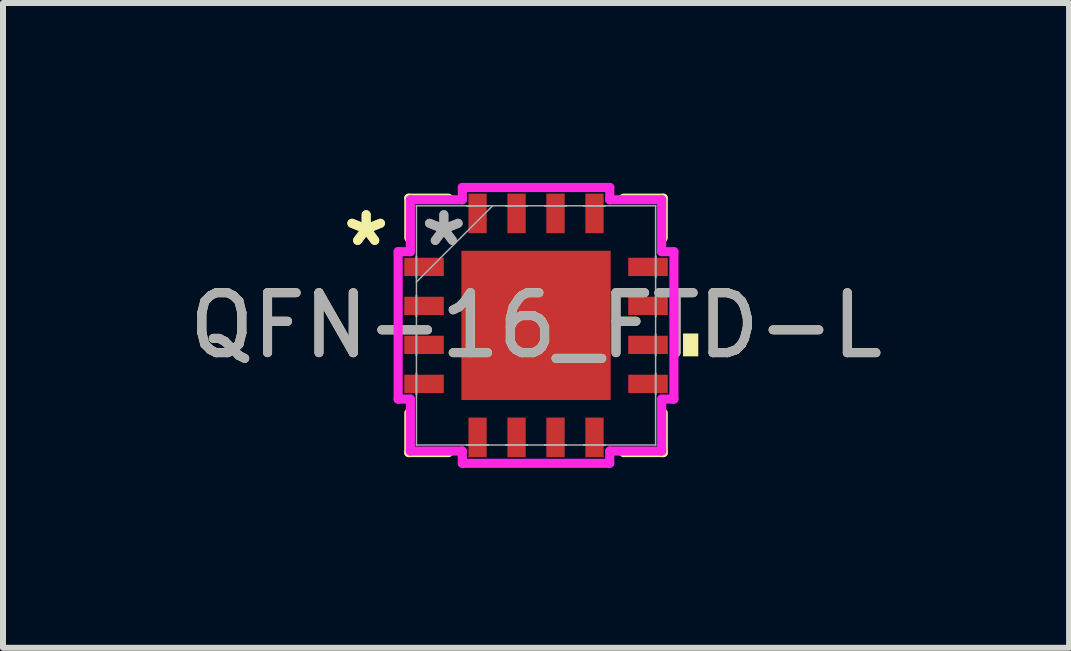
<source format=kicad_pcb>
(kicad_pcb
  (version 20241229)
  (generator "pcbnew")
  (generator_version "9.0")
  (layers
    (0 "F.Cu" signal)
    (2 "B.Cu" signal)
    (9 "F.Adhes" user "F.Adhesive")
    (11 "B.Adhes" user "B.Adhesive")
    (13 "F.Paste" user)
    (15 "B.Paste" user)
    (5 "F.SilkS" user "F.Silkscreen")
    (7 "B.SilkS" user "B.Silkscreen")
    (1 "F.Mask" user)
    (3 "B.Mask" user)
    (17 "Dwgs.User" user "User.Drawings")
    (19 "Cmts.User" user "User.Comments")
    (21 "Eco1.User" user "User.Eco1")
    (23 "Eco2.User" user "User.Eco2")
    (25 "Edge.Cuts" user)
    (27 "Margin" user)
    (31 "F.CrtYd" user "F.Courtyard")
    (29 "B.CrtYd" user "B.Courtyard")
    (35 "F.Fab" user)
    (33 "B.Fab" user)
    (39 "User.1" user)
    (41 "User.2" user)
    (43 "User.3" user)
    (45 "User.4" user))
  (footprint "QFN-16_FTD-L"
    (layer "F.Cu")
    (at 5.887 2.375)
    (property "Reference" "QFN-16_FTD-L" (at 0 0 0) (unlocked yes) (layer "F.SilkS") (effects (font (size 1 1) (thickness 0.15))))
    (attr smd)
    (fp_line (start -2.121 -2.121) (end -2.121 -1.46) (stroke (width 0.152) (type solid)) (layer "F.SilkS"))
    (fp_line (start -2.121 1.46) (end -2.121 2.121) (stroke (width 0.152) (type solid)) (layer "F.SilkS"))
    (fp_line (start -2.121 2.121) (end -1.46 2.121) (stroke (width 0.152) (type solid)) (layer "F.SilkS"))
    (fp_line (start -1.46 -2.121) (end -2.121 -2.121) (stroke (width 0.152) (type solid)) (layer "F.SilkS"))
    (fp_line (start 1.46 2.121) (end 2.121 2.121) (stroke (width 0.152) (type solid)) (layer "F.SilkS"))
    (fp_line (start 2.121 -2.121) (end 1.46 -2.121) (stroke (width 0.152) (type solid)) (layer "F.SilkS"))
    (fp_line (start 2.121 -1.46) (end 2.121 -2.121) (stroke (width 0.152) (type solid)) (layer "F.SilkS"))
    (fp_line (start 2.121 2.121) (end 2.121 1.46) (stroke (width 0.152) (type solid)) (layer "F.SilkS"))
    (fp_poly (pts (xy 2.705 0.135) (xy 2.705 0.516) (xy 2.451 0.516) (xy 2.451 0.135)) (stroke (width 0) (type solid)) (fill yes) (layer "F.SilkS"))
    (fp_line (start -2.299 -1.229) (end -2.095 -1.229) (stroke (width 0.152) (type solid)) (layer "F.CrtYd"))
    (fp_line (start -2.299 1.229) (end -2.299 -1.229) (stroke (width 0.152) (type solid)) (layer "F.CrtYd"))
    (fp_line (start -2.095 -2.095) (end -1.229 -2.095) (stroke (width 0.152) (type solid)) (layer "F.CrtYd"))
    (fp_line (start -2.095 -1.229) (end -2.095 -2.095) (stroke (width 0.152) (type solid)) (layer "F.CrtYd"))
    (fp_line (start -2.095 1.229) (end -2.299 1.229) (stroke (width 0.152) (type solid)) (layer "F.CrtYd"))
    (fp_line (start -2.095 2.095) (end -2.095 1.229) (stroke (width 0.152) (type solid)) (layer "F.CrtYd"))
    (fp_line (start -1.229 -2.299) (end 1.229 -2.299) (stroke (width 0.152) (type solid)) (layer "F.CrtYd"))
    (fp_line (start -1.229 -2.095) (end -1.229 -2.299) (stroke (width 0.152) (type solid)) (layer "F.CrtYd"))
    (fp_line (start -1.229 2.095) (end -2.095 2.095) (stroke (width 0.152) (type solid)) (layer "F.CrtYd"))
    (fp_line (start -1.229 2.299) (end -1.229 2.095) (stroke (width 0.152) (type solid)) (layer "F.CrtYd"))
    (fp_line (start 1.229 -2.299) (end 1.229 -2.095) (stroke (width 0.152) (type solid)) (layer "F.CrtYd"))
    (fp_line (start 1.229 -2.095) (end 2.095 -2.095) (stroke (width 0.152) (type solid)) (layer "F.CrtYd"))
    (fp_line (start 1.229 2.095) (end 1.229 2.299) (stroke (width 0.152) (type solid)) (layer "F.CrtYd"))
    (fp_line (start 1.229 2.299) (end -1.229 2.299) (stroke (width 0.152) (type solid)) (layer "F.CrtYd"))
    (fp_line (start 2.095 -2.095) (end 2.095 -1.229) (stroke (width 0.152) (type solid)) (layer "F.CrtYd"))
    (fp_line (start 2.095 -1.229) (end 2.299 -1.229) (stroke (width 0.152) (type solid)) (layer "F.CrtYd"))
    (fp_line (start 2.095 1.229) (end 2.095 2.095) (stroke (width 0.152) (type solid)) (layer "F.CrtYd"))
    (fp_line (start 2.095 2.095) (end 1.229 2.095) (stroke (width 0.152) (type solid)) (layer "F.CrtYd"))
    (fp_line (start 2.299 -1.229) (end 2.299 1.229) (stroke (width 0.152) (type solid)) (layer "F.CrtYd"))
    (fp_line (start 2.299 1.229) (end 2.095 1.229) (stroke (width 0.152) (type solid)) (layer "F.CrtYd"))
    (fp_line (start -1.994 -1.994) (end -1.994 -1.994) (stroke (width 0.025) (type solid)) (layer "F.Fab"))
    (fp_line (start -1.994 -1.994) (end -1.994 1.994) (stroke (width 0.025) (type solid)) (layer "F.Fab"))
    (fp_line (start -1.994 -1.153) (end -1.994 -1.153) (stroke (width 0.025) (type solid)) (layer "F.Fab"))
    (fp_line (start -1.994 -1.153) (end -1.994 -0.797) (stroke (width 0.025) (type solid)) (layer "F.Fab"))
    (fp_line (start -1.994 -0.797) (end -1.994 -1.153) (stroke (width 0.025) (type solid)) (layer "F.Fab"))
    (fp_line (start -1.994 -0.797) (end -1.994 -0.797) (stroke (width 0.025) (type solid)) (layer "F.Fab"))
    (fp_line (start -1.994 -0.724) (end -0.724 -1.994) (stroke (width 0.025) (type solid)) (layer "F.Fab"))
    (fp_line (start -1.994 -0.503) (end -1.994 -0.503) (stroke (width 0.025) (type solid)) (layer "F.Fab"))
    (fp_line (start -1.994 -0.503) (end -1.994 -0.147) (stroke (width 0.025) (type solid)) (layer "F.Fab"))
    (fp_line (start -1.994 -0.147) (end -1.994 -0.503) (stroke (width 0.025) (type solid)) (layer "F.Fab"))
    (fp_line (start -1.994 -0.147) (end -1.994 -0.147) (stroke (width 0.025) (type solid)) (layer "F.Fab"))
    (fp_line (start -1.994 0.147) (end -1.994 0.147) (stroke (width 0.025) (type solid)) (layer "F.Fab"))
    (fp_line (start -1.994 0.147) (end -1.994 0.503) (stroke (width 0.025) (type solid)) (layer "F.Fab"))
    (fp_line (start -1.994 0.503) (end -1.994 0.147) (stroke (width 0.025) (type solid)) (layer "F.Fab"))
    (fp_line (start -1.994 0.503) (end -1.994 0.503) (stroke (width 0.025) (type solid)) (layer "F.Fab"))
    (fp_line (start -1.994 0.797) (end -1.994 0.797) (stroke (width 0.025) (type solid)) (layer "F.Fab"))
    (fp_line (start -1.994 0.797) (end -1.994 1.153) (stroke (width 0.025) (type solid)) (layer "F.Fab"))
    (fp_line (start -1.994 1.153) (end -1.994 0.797) (stroke (width 0.025) (type solid)) (layer "F.Fab"))
    (fp_line (start -1.994 1.153) (end -1.994 1.153) (stroke (width 0.025) (type solid)) (layer "F.Fab"))
    (fp_line (start -1.994 1.994) (end -1.994 1.994) (stroke (width 0.025) (type solid)) (layer "F.Fab"))
    (fp_line (start -1.994 1.994) (end 1.994 1.994) (stroke (width 0.025) (type solid)) (layer "F.Fab"))
    (fp_line (start -1.153 -1.994) (end -1.153 -1.994) (stroke (width 0.025) (type solid)) (layer "F.Fab"))
    (fp_line (start -1.153 -1.994) (end -0.797 -1.994) (stroke (width 0.025) (type solid)) (layer "F.Fab"))
    (fp_line (start -1.153 1.994) (end -1.153 1.994) (stroke (width 0.025) (type solid)) (layer "F.Fab"))
    (fp_line (start -1.153 1.994) (end -0.797 1.994) (stroke (width 0.025) (type solid)) (layer "F.Fab"))
    (fp_line (start -0.797 -1.994) (end -1.153 -1.994) (stroke (width 0.025) (type solid)) (layer "F.Fab"))
    (fp_line (start -0.797 -1.994) (end -0.797 -1.994) (stroke (width 0.025) (type solid)) (layer "F.Fab"))
    (fp_line (start -0.797 1.994) (end -1.153 1.994) (stroke (width 0.025) (type solid)) (layer "F.Fab"))
    (fp_line (start -0.797 1.994) (end -0.797 1.994) (stroke (width 0.025) (type solid)) (layer "F.Fab"))
    (fp_line (start -0.503 -1.994) (end -0.503 -1.994) (stroke (width 0.025) (type solid)) (layer "F.Fab"))
    (fp_line (start -0.503 -1.994) (end -0.147 -1.994) (stroke (width 0.025) (type solid)) (layer "F.Fab"))
    (fp_line (start -0.503 1.994) (end -0.503 1.994) (stroke (width 0.025) (type solid)) (layer "F.Fab"))
    (fp_line (start -0.503 1.994) (end -0.147 1.994) (stroke (width 0.025) (type solid)) (layer "F.Fab"))
    (fp_line (start -0.147 -1.994) (end -0.503 -1.994) (stroke (width 0.025) (type solid)) (layer "F.Fab"))
    (fp_line (start -0.147 -1.994) (end -0.147 -1.994) (stroke (width 0.025) (type solid)) (layer "F.Fab"))
    (fp_line (start -0.147 1.994) (end -0.503 1.994) (stroke (width 0.025) (type solid)) (layer "F.Fab"))
    (fp_line (start -0.147 1.994) (end -0.147 1.994) (stroke (width 0.025) (type solid)) (layer "F.Fab"))
    (fp_line (start 0.147 -1.994) (end 0.147 -1.994) (stroke (width 0.025) (type solid)) (layer "F.Fab"))
    (fp_line (start 0.147 -1.994) (end 0.503 -1.994) (stroke (width 0.025) (type solid)) (layer "F.Fab"))
    (fp_line (start 0.147 1.994) (end 0.147 1.994) (stroke (width 0.025) (type solid)) (layer "F.Fab"))
    (fp_line (start 0.147 1.994) (end 0.503 1.994) (stroke (width 0.025) (type solid)) (layer "F.Fab"))
    (fp_line (start 0.503 -1.994) (end 0.147 -1.994) (stroke (width 0.025) (type solid)) (layer "F.Fab"))
    (fp_line (start 0.503 -1.994) (end 0.503 -1.994) (stroke (width 0.025) (type solid)) (layer "F.Fab"))
    (fp_line (start 0.503 1.994) (end 0.147 1.994) (stroke (width 0.025) (type solid)) (layer "F.Fab"))
    (fp_line (start 0.503 1.994) (end 0.503 1.994) (stroke (width 0.025) (type solid)) (layer "F.Fab"))
    (fp_line (start 0.797 -1.994) (end 0.797 -1.994) (stroke (width 0.025) (type solid)) (layer "F.Fab"))
    (fp_line (start 0.797 -1.994) (end 1.153 -1.994) (stroke (width 0.025) (type solid)) (layer "F.Fab"))
    (fp_line (start 0.797 1.994) (end 0.797 1.994) (stroke (width 0.025) (type solid)) (layer "F.Fab"))
    (fp_line (start 0.797 1.994) (end 1.153 1.994) (stroke (width 0.025) (type solid)) (layer "F.Fab"))
    (fp_line (start 1.153 -1.994) (end 0.797 -1.994) (stroke (width 0.025) (type solid)) (layer "F.Fab"))
    (fp_line (start 1.153 -1.994) (end 1.153 -1.994) (stroke (width 0.025) (type solid)) (layer "F.Fab"))
    (fp_line (start 1.153 1.994) (end 0.797 1.994) (stroke (width 0.025) (type solid)) (layer "F.Fab"))
    (fp_line (start 1.153 1.994) (end 1.153 1.994) (stroke (width 0.025) (type solid)) (layer "F.Fab"))
    (fp_line (start 1.994 -1.994) (end -1.994 -1.994) (stroke (width 0.025) (type solid)) (layer "F.Fab"))
    (fp_line (start 1.994 -1.994) (end 1.994 -1.994) (stroke (width 0.025) (type solid)) (layer "F.Fab"))
    (fp_line (start 1.994 -1.153) (end 1.994 -1.153) (stroke (width 0.025) (type solid)) (layer "F.Fab"))
    (fp_line (start 1.994 -1.153) (end 1.994 -0.797) (stroke (width 0.025) (type solid)) (layer "F.Fab"))
    (fp_line (start 1.994 -0.797) (end 1.994 -1.153) (stroke (width 0.025) (type solid)) (layer "F.Fab"))
    (fp_line (start 1.994 -0.797) (end 1.994 -0.797) (stroke (width 0.025) (type solid)) (layer "F.Fab"))
    (fp_line (start 1.994 -0.503) (end 1.994 -0.503) (stroke (width 0.025) (type solid)) (layer "F.Fab"))
    (fp_line (start 1.994 -0.503) (end 1.994 -0.147) (stroke (width 0.025) (type solid)) (layer "F.Fab"))
    (fp_line (start 1.994 -0.147) (end 1.994 -0.503) (stroke (width 0.025) (type solid)) (layer "F.Fab"))
    (fp_line (start 1.994 -0.147) (end 1.994 -0.147) (stroke (width 0.025) (type solid)) (layer "F.Fab"))
    (fp_line (start 1.994 0.147) (end 1.994 0.147) (stroke (width 0.025) (type solid)) (layer "F.Fab"))
    (fp_line (start 1.994 0.147) (end 1.994 0.503) (stroke (width 0.025) (type solid)) (layer "F.Fab"))
    (fp_line (start 1.994 0.503) (end 1.994 0.147) (stroke (width 0.025) (type solid)) (layer "F.Fab"))
    (fp_line (start 1.994 0.503) (end 1.994 0.503) (stroke (width 0.025) (type solid)) (layer "F.Fab"))
    (fp_line (start 1.994 0.797) (end 1.994 0.797) (stroke (width 0.025) (type solid)) (layer "F.Fab"))
    (fp_line (start 1.994 0.797) (end 1.994 1.153) (stroke (width 0.025) (type solid)) (layer "F.Fab"))
    (fp_line (start 1.994 1.153) (end 1.994 0.797) (stroke (width 0.025) (type solid)) (layer "F.Fab"))
    (fp_line (start 1.994 1.153) (end 1.994 1.153) (stroke (width 0.025) (type solid)) (layer "F.Fab"))
    (fp_line (start 1.994 1.994) (end 1.994 -1.994) (stroke (width 0.025) (type solid)) (layer "F.Fab"))
    (fp_line (start 1.994 1.994) (end 1.994 1.994) (stroke (width 0.025) (type solid)) (layer "F.Fab"))
    (fp_text user "*" (at -2.832 -1.3 0) (layer "F.SilkS") (effects (font (size 1 1) (thickness 0.15))))
    (fp_text user "*" (at -2.832 -1.3 0) (unlocked yes) (layer "F.SilkS") (effects (font (size 1 1) (thickness 0.15))))
    (fp_text user "*" (at -1.537 -1.3 0) (unlocked yes) (layer "F.Fab") (effects (font (size 1 1) (thickness 0.15))))
    (fp_text user "${REFERENCE}" (at 0 0 0) (unlocked yes) (layer "F.Fab") (effects (font (size 1 1) (thickness 0.15))))
    (fp_text user "*" (at -1.537 -1.3 0) (layer "F.Fab") (effects (font (size 1 1) (thickness 0.15))))
    (pad "1" smd rect (at -1.867 -0.975 90) (size 0.305 0.66) (layers "F.Cu" "F.Mask" "F.Paste"))
    (pad "2" smd rect (at -1.867 -0.325 90) (size 0.305 0.66) (layers "F.Cu" "F.Mask" "F.Paste"))
    (pad "3" smd rect (at -1.867 0.325 90) (size 0.305 0.66) (layers "F.Cu" "F.Mask" "F.Paste"))
    (pad "4" smd rect (at -1.867 0.975 90) (size 0.305 0.66) (layers "F.Cu" "F.Mask" "F.Paste"))
    (pad "5" smd rect (at -0.975 1.867) (size 0.305 0.66) (layers "F.Cu" "F.Mask" "F.Paste"))
    (pad "6" smd rect (at -0.325 1.867) (size 0.305 0.66) (layers "F.Cu" "F.Mask" "F.Paste"))
    (pad "7" smd rect (at 0.325 1.867) (size 0.305 0.66) (layers "F.Cu" "F.Mask" "F.Paste"))
    (pad "8" smd rect (at 0.975 1.867) (size 0.305 0.66) (layers "F.Cu" "F.Mask" "F.Paste"))
    (pad "9" smd rect (at 1.867 0.975 90) (size 0.305 0.66) (layers "F.Cu" "F.Mask" "F.Paste"))
    (pad "10" smd rect (at 1.867 0.325 90) (size 0.305 0.66) (layers "F.Cu" "F.Mask" "F.Paste"))
    (pad "11" smd rect (at 1.867 -0.325 90) (size 0.305 0.66) (layers "F.Cu" "F.Mask" "F.Paste"))
    (pad "12" smd rect (at 1.867 -0.975 90) (size 0.305 0.66) (layers "F.Cu" "F.Mask" "F.Paste"))
    (pad "13" smd rect (at 0.975 -1.867) (size 0.305 0.66) (layers "F.Cu" "F.Mask" "F.Paste"))
    (pad "14" smd rect (at 0.325 -1.867) (size 0.305 0.66) (layers "F.Cu" "F.Mask" "F.Paste"))
    (pad "15" smd rect (at -0.325 -1.867) (size 0.305 0.66) (layers "F.Cu" "F.Mask" "F.Paste"))
    (pad "16" smd rect (at -0.975 -1.867) (size 0.305 0.66) (layers "F.Cu" "F.Mask" "F.Paste"))
    (pad "17" smd rect (at 0 0) (size 2.489 2.489) (layers "F.Cu" "F.Mask" "F.Paste")))
  (gr_rect
    (start -3 -3)
    (end 14.774 7.75)
    (stroke (width 0.1) (type default))
    (fill no)
    (layer "Edge.Cuts")))
</source>
